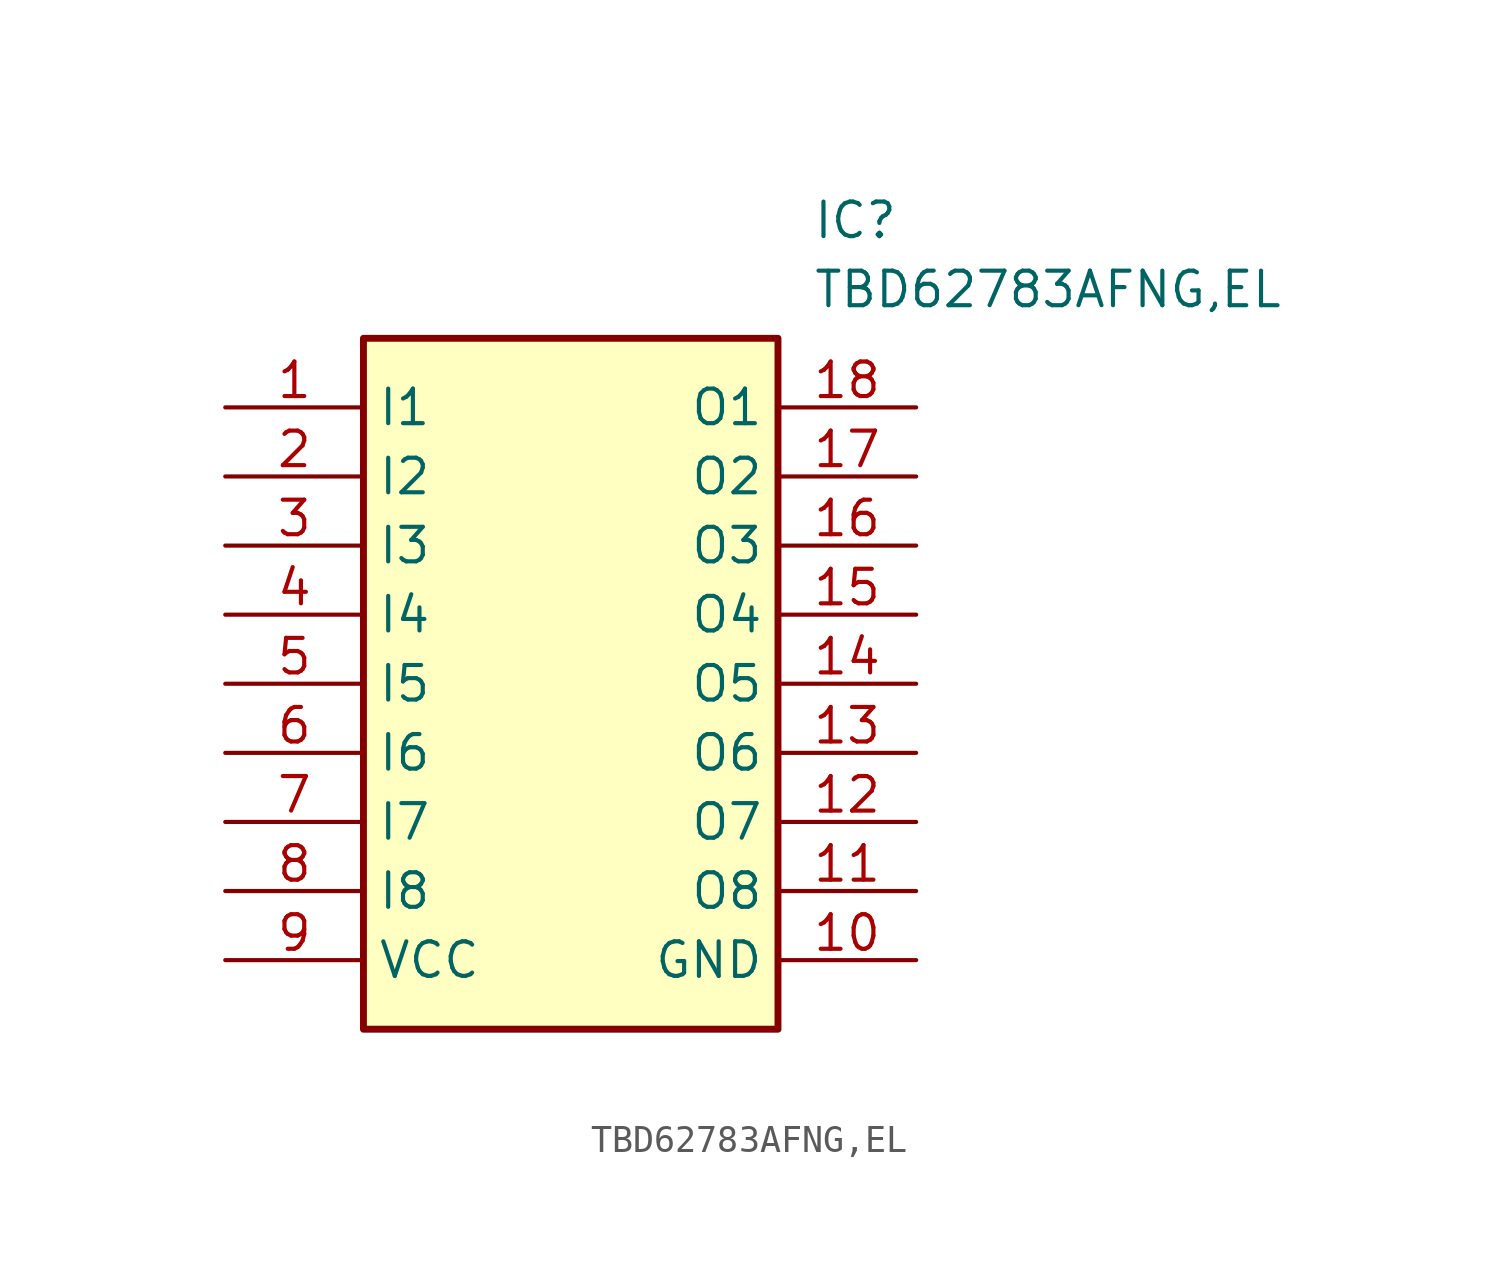
<source format=kicad_sym>
(kicad_symbol_lib
  (version 20211014)
  (generator SamacSys_ECAD_Model)
  (symbol "TBD62783AFNG,EL"
    (property "Reference" "IC"
      (at 21.59 7.62 0)
      (effects (font (size 1.27 1.27)) (justify left top)))
    (property "Value" "TBD62783AFNG,EL"
      (at 21.59 5.08 0)
      (effects (font (size 1.27 1.27)) (justify left top)))
    (rectangle
      (start 5.08 2.54)
      (end 20.32 -22.86)
      (stroke (width 0.254) (type default))
      (fill (type background)))
    (pin passive line
      (at 0 0 0)
      (length 5.08)
      (name "I1" (effects (font (size 1.27 1.27))))
      (number "1" (effects (font (size 1.27 1.27)))))
    (pin passive line
      (at 0 -2.54 0)
      (length 5.08)
      (name "I2" (effects (font (size 1.27 1.27))))
      (number "2" (effects (font (size 1.27 1.27)))))
    (pin passive line
      (at 0 -5.08 0)
      (length 5.08)
      (name "I3" (effects (font (size 1.27 1.27))))
      (number "3" (effects (font (size 1.27 1.27)))))
    (pin passive line
      (at 0 -7.62 0)
      (length 5.08)
      (name "I4" (effects (font (size 1.27 1.27))))
      (number "4" (effects (font (size 1.27 1.27)))))
    (pin passive line
      (at 0 -10.16 0)
      (length 5.08)
      (name "I5" (effects (font (size 1.27 1.27))))
      (number "5" (effects (font (size 1.27 1.27)))))
    (pin passive line
      (at 0 -12.7 0)
      (length 5.08)
      (name "I6" (effects (font (size 1.27 1.27))))
      (number "6" (effects (font (size 1.27 1.27)))))
    (pin passive line
      (at 0 -15.24 0)
      (length 5.08)
      (name "I7" (effects (font (size 1.27 1.27))))
      (number "7" (effects (font (size 1.27 1.27)))))
    (pin passive line
      (at 0 -17.78 0)
      (length 5.08)
      (name "I8" (effects (font (size 1.27 1.27))))
      (number "8" (effects (font (size 1.27 1.27)))))
    (pin passive line
      (at 0 -20.32 0)
      (length 5.08)
      (name "VCC" (effects (font (size 1.27 1.27))))
      (number "9" (effects (font (size 1.27 1.27)))))
    (pin passive line
      (at 25.4 0 180)
      (length 5.08)
      (name "O1" (effects (font (size 1.27 1.27))))
      (number "18" (effects (font (size 1.27 1.27)))))
    (pin passive line
      (at 25.4 -2.54 180)
      (length 5.08)
      (name "O2" (effects (font (size 1.27 1.27))))
      (number "17" (effects (font (size 1.27 1.27)))))
    (pin passive line
      (at 25.4 -5.08 180)
      (length 5.08)
      (name "O3" (effects (font (size 1.27 1.27))))
      (number "16" (effects (font (size 1.27 1.27)))))
    (pin passive line
      (at 25.4 -7.62 180)
      (length 5.08)
      (name "O4" (effects (font (size 1.27 1.27))))
      (number "15" (effects (font (size 1.27 1.27)))))
    (pin passive line
      (at 25.4 -10.16 180)
      (length 5.08)
      (name "O5" (effects (font (size 1.27 1.27))))
      (number "14" (effects (font (size 1.27 1.27)))))
    (pin passive line
      (at 25.4 -12.7 180)
      (length 5.08)
      (name "O6" (effects (font (size 1.27 1.27))))
      (number "13" (effects (font (size 1.27 1.27)))))
    (pin passive line
      (at 25.4 -15.24 180)
      (length 5.08)
      (name "O7" (effects (font (size 1.27 1.27))))
      (number "12" (effects (font (size 1.27 1.27)))))
    (pin passive line
      (at 25.4 -17.78 180)
      (length 5.08)
      (name "O8" (effects (font (size 1.27 1.27))))
      (number "11" (effects (font (size 1.27 1.27)))))
    (pin passive line
      (at 25.4 -20.32 180)
      (length 5.08)
      (name "GND" (effects (font (size 1.27 1.27))))
      (number "10" (effects (font (size 1.27 1.27)))))))
</source>
